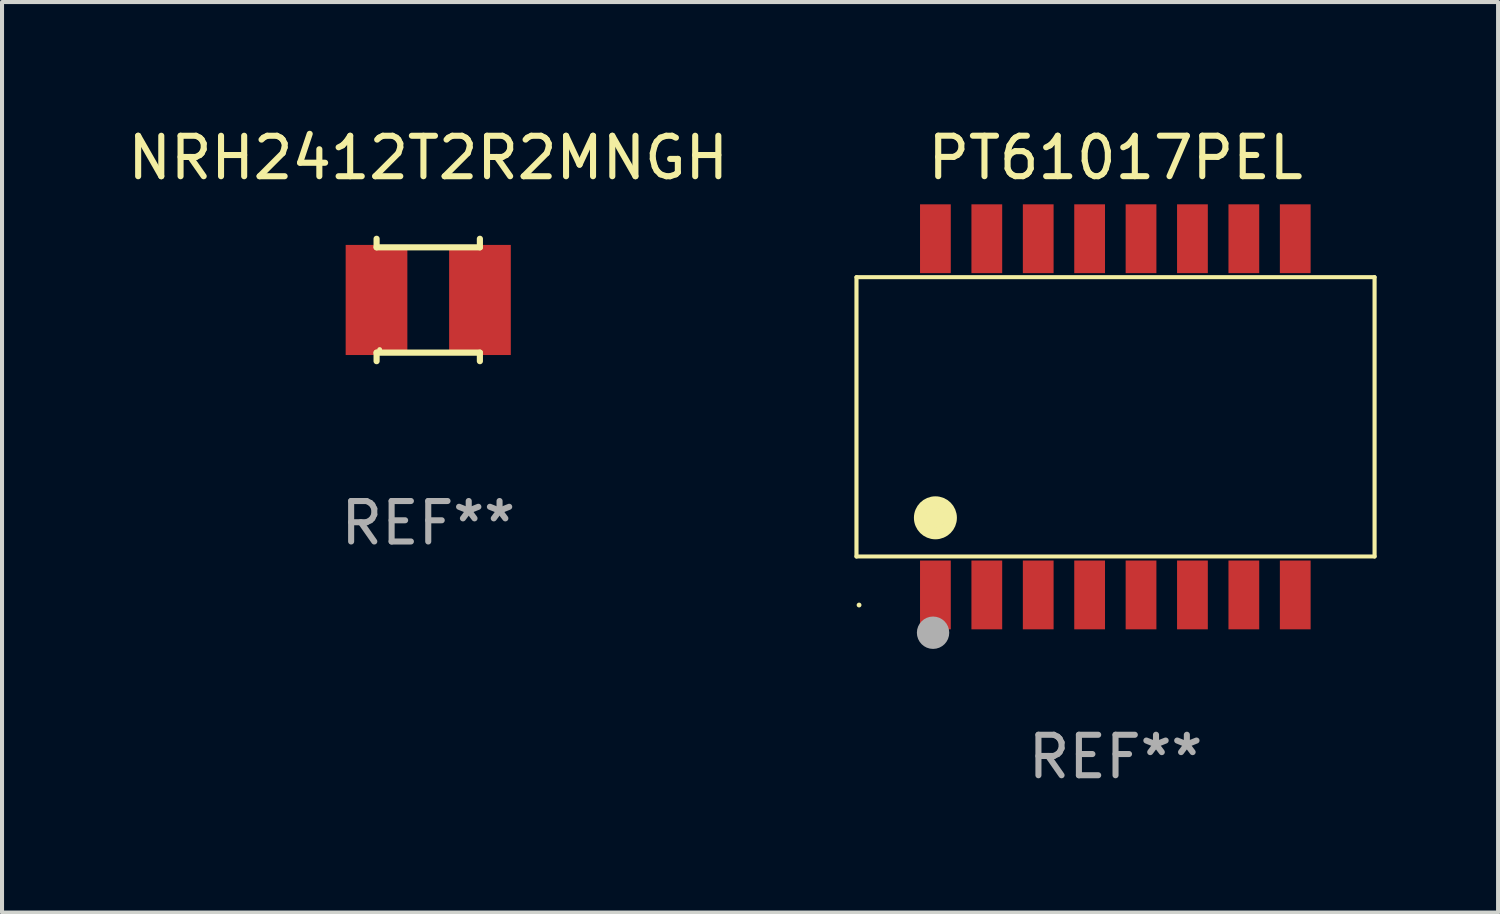
<source format=kicad_pcb>
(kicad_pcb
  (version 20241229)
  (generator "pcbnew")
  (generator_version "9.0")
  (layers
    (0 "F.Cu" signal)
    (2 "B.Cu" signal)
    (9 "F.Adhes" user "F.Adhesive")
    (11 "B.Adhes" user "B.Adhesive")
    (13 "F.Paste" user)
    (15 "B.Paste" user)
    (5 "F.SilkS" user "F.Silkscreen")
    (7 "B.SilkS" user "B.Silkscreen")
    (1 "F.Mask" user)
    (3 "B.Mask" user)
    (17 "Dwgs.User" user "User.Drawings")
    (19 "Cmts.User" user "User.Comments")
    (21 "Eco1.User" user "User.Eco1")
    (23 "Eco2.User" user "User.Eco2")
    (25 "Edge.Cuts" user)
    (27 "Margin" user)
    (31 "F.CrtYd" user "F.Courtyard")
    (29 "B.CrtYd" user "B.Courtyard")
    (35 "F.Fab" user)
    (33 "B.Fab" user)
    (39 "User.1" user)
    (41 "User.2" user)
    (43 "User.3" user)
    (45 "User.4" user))
  (footprint "PT61017PEL"
    (layer "F.Cu")
    (at 24.51 7.248)
    (property "Reference" "PT61017PEL" (at 0 -6.4 0) (layer "F.SilkS") (effects (font (size 1 1) (thickness 0.15))))
    (attr through_hole)
    (fp_line (start -6.4 -3.45) (end -6.4 3.45) (stroke (width 0.102) (type solid)) (layer "F.SilkS"))
    (fp_line (start -6.4 -3.45) (end 6.4 -3.45) (stroke (width 0.1) (type solid)) (layer "F.SilkS"))
    (fp_line (start -6.4 3.45) (end 6.4 3.45) (stroke (width 0.1) (type solid)) (layer "F.SilkS"))
    (fp_line (start 6.4 -3.45) (end 6.4 3.45) (stroke (width 0.102) (type solid)) (layer "F.SilkS"))
    (fp_circle (center -6.336 4.65) (end -6.306 4.65) (stroke (width 0.06) (type solid)) (fill no) (layer "F.SilkS"))
    (fp_circle (center -4.45 2.495) (end -4.323 2.495) (stroke (width 0.254) (type solid)) (fill no) (layer "F.SilkS"))
    (fp_circle (center -4.45 2.495) (end -4.069 2.495) (stroke (width 0.3) (type solid)) (fill no) (layer "F.SilkS"))
    (fp_circle (center -4.508 5.334) (end -4.308 5.334) (stroke (width 0.4) (type solid)) (fill no) (layer "F.Fab"))
    (fp_text user "REF**" (at 0 8.4 0) (layer "F.Fab") (effects (font (size 1 1) (thickness 0.15))))
    (pad "1" smd rect (at -4.45 4.4 180) (size 0.76 1.7) (layers "F.Cu" "F.Mask" "F.Paste"))
    (pad "2" smd rect (at -3.18 4.4 180) (size 0.76 1.7) (layers "F.Cu" "F.Mask" "F.Paste"))
    (pad "3" smd rect (at -1.91 4.4 180) (size 0.76 1.7) (layers "F.Cu" "F.Mask" "F.Paste"))
    (pad "4" smd rect (at -0.64 4.4 180) (size 0.76 1.7) (layers "F.Cu" "F.Mask" "F.Paste"))
    (pad "5" smd rect (at 0.63 4.4 180) (size 0.76 1.7) (layers "F.Cu" "F.Mask" "F.Paste"))
    (pad "6" smd rect (at 1.9 4.4 180) (size 0.76 1.7) (layers "F.Cu" "F.Mask" "F.Paste"))
    (pad "7" smd rect (at 3.17 4.4 180) (size 0.76 1.7) (layers "F.Cu" "F.Mask" "F.Paste"))
    (pad "8" smd rect (at 4.44 4.4 180) (size 0.76 1.7) (layers "F.Cu" "F.Mask" "F.Paste"))
    (pad "9" smd rect (at 4.44 -4.4) (size 0.76 1.7) (layers "F.Cu" "F.Mask" "F.Paste"))
    (pad "10" smd rect (at 3.17 -4.4) (size 0.76 1.7) (layers "F.Cu" "F.Mask" "F.Paste"))
    (pad "11" smd rect (at 1.9 -4.4) (size 0.76 1.7) (layers "F.Cu" "F.Mask" "F.Paste"))
    (pad "12" smd rect (at 0.63 -4.4) (size 0.76 1.7) (layers "F.Cu" "F.Mask" "F.Paste"))
    (pad "13" smd rect (at -0.64 -4.4) (size 0.76 1.7) (layers "F.Cu" "F.Mask" "F.Paste"))
    (pad "14" smd rect (at -1.91 -4.4) (size 0.76 1.7) (layers "F.Cu" "F.Mask" "F.Paste"))
    (pad "15" smd rect (at -3.18 -4.4) (size 0.76 1.7) (layers "F.Cu" "F.Mask" "F.Paste"))
    (pad "16" smd rect (at -4.45 -4.4) (size 0.76 1.7) (layers "F.Cu" "F.Mask" "F.Paste")))
  (footprint "NRH2412T2R2MNGH"
    (layer "F.Cu")
    (at 7.53 4.361)
    (property "Reference" "NRH2412T2R2MNGH" (at 0 -3.512 0) (layer "F.SilkS") (effects (font (size 1 1) (thickness 0.15))))
    (attr through_hole)
    (fp_line (start -1.276 -1.512) (end -1.276 -1.301) (stroke (width 0.152) (type solid)) (layer "F.SilkS"))
    (fp_line (start -1.276 -1.301) (end 1.276 -1.301) (stroke (width 0.152) (type solid)) (layer "F.SilkS"))
    (fp_line (start -1.276 1.301) (end 1.276 1.301) (stroke (width 0.152) (type solid)) (layer "F.SilkS"))
    (fp_line (start -1.276 1.512) (end -1.276 1.301) (stroke (width 0.152) (type solid)) (layer "F.SilkS"))
    (fp_line (start 1.276 -1.301) (end 1.276 -1.512) (stroke (width 0.152) (type solid)) (layer "F.SilkS"))
    (fp_line (start 1.276 1.301) (end 1.276 1.512) (stroke (width 0.152) (type solid)) (layer "F.SilkS"))
    (fp_circle (center -1.2 1.225) (end -1.17 1.225) (stroke (width 0.06) (type solid)) (fill no) (layer "F.SilkS"))
    (fp_text user "REF**" (at 0 5.512 0) (layer "F.Fab") (effects (font (size 1 1) (thickness 0.15))))
    (pad "1" smd rect (at 1.278 0) (size 1.524 2.72) (layers "F.Cu" "F.Mask" "F.Paste"))
    (pad "2" smd rect (at -1.278 0) (size 1.524 2.72) (layers "F.Cu" "F.Mask" "F.Paste")))
  (gr_rect
    (start -3 -3)
    (end 33.961 19.496)
    (stroke (width 0.1) (type default))
    (fill no)
    (layer "Edge.Cuts")))
</source>
